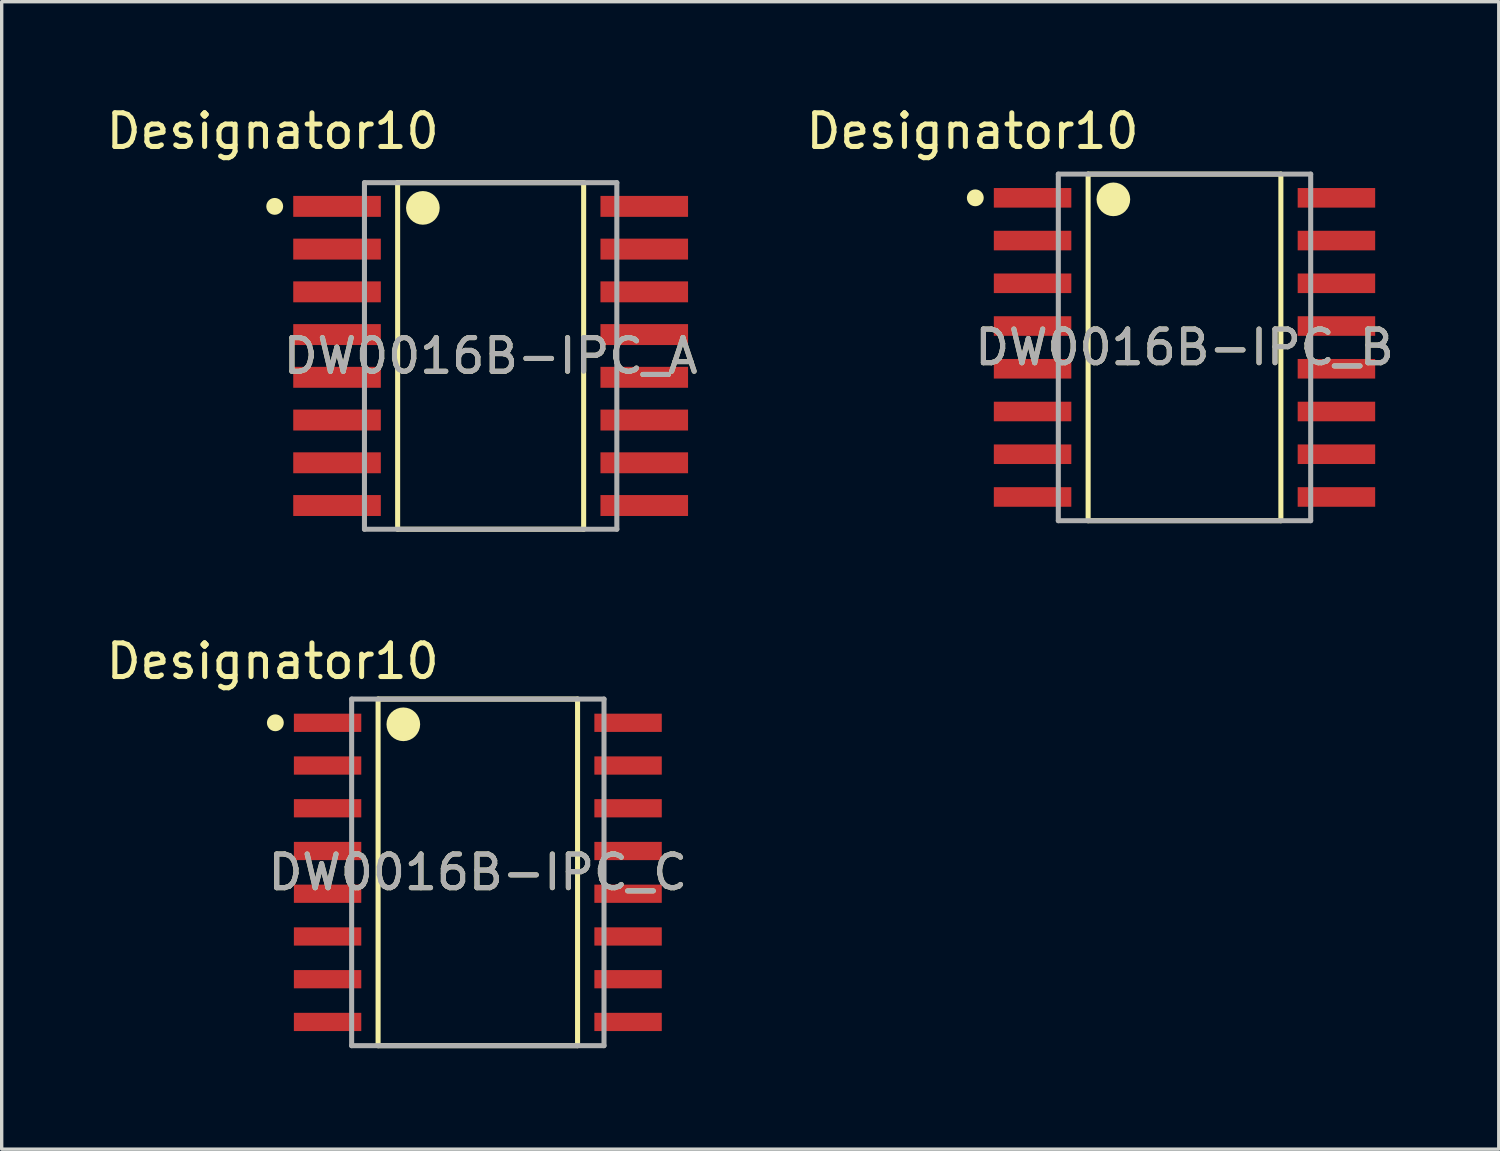
<source format=kicad_pcb>
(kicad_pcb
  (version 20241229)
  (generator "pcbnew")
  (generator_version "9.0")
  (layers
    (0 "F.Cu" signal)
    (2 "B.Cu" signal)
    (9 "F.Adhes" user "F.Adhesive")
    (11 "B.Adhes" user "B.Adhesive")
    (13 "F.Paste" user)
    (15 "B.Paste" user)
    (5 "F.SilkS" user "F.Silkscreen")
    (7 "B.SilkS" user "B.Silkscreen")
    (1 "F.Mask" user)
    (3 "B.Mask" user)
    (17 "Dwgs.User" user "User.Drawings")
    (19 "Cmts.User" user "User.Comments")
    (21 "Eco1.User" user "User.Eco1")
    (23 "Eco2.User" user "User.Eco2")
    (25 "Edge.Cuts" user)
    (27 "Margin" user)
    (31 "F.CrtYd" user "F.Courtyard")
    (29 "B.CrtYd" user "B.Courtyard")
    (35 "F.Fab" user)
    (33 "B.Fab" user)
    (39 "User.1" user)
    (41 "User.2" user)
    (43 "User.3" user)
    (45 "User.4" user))
  (footprint "DW0016B-IPC_A"
    (layer "F.Cu")
    (at 11.531 7.528)
    (property "Reference" "DW0016B-IPC_A" (at 0 0 0) (unlocked yes) (layer "F.SilkS") (effects (font (size 1 1) (thickness 0.15))))
    (attr smd)
    (fp_line (start -2.764 -5.15) (end 2.764 -5.15) (stroke (width 0.15) (type solid)) (layer "F.SilkS"))
    (fp_line (start -2.764 5.15) (end -2.764 -5.15) (stroke (width 0.15) (type solid)) (layer "F.SilkS"))
    (fp_line (start -2.764 5.15) (end 2.764 5.15) (stroke (width 0.15) (type solid)) (layer "F.SilkS"))
    (fp_line (start 2.764 5.15) (end 2.764 -5.15) (stroke (width 0.15) (type solid)) (layer "F.SilkS"))
    (fp_circle (center -6.417 -4.445) (end -6.292 -4.445) (stroke (width 0.25) (type solid)) (fill no) (layer "F.SilkS"))
    (fp_circle (center -2.014 -4.4) (end -1.764 -4.4) (stroke (width 0.5) (type solid)) (fill no) (layer "F.SilkS"))
    (fp_line (start -3.75 -5.15) (end 3.75 -5.15) (stroke (width 0.15) (type solid)) (layer "F.Fab"))
    (fp_line (start -3.75 5.15) (end -3.75 -5.15) (stroke (width 0.15) (type solid)) (layer "F.Fab"))
    (fp_line (start -3.75 5.15) (end 3.75 5.15) (stroke (width 0.15) (type solid)) (layer "F.Fab"))
    (fp_line (start 3.75 5.15) (end 3.75 -5.15) (stroke (width 0.15) (type solid)) (layer "F.Fab"))
    (fp_text user "Designator10" (at -6.477 -6.68 0) (unlocked yes) (layer "F.SilkS") (effects (font (size 1 1) (thickness 0.15))))
    (fp_text user "${REFERENCE}" (at 0 0 0) (unlocked yes) (layer "F.Fab") (effects (font (size 1 1) (thickness 0.15))))
    (pad "1" smd rect (at -4.565 -4.445) (size 2.603 0.622) (layers "F.Cu" "F.Mask" "F.Paste"))
    (pad "2" smd rect (at -4.565 -3.175) (size 2.603 0.622) (layers "F.Cu" "F.Mask" "F.Paste"))
    (pad "3" smd rect (at -4.565 -1.905) (size 2.603 0.622) (layers "F.Cu" "F.Mask" "F.Paste"))
    (pad "4" smd rect (at -4.565 -0.635) (size 2.603 0.622) (layers "F.Cu" "F.Mask" "F.Paste"))
    (pad "5" smd rect (at -4.565 0.635) (size 2.603 0.622) (layers "F.Cu" "F.Mask" "F.Paste"))
    (pad "6" smd rect (at -4.565 1.905) (size 2.603 0.622) (layers "F.Cu" "F.Mask" "F.Paste"))
    (pad "7" smd rect (at -4.565 3.175) (size 2.603 0.622) (layers "F.Cu" "F.Mask" "F.Paste"))
    (pad "8" smd rect (at -4.565 4.445) (size 2.603 0.622) (layers "F.Cu" "F.Mask" "F.Paste"))
    (pad "9" smd rect (at 4.565 4.445) (size 2.603 0.622) (layers "F.Cu" "F.Mask" "F.Paste"))
    (pad "10" smd rect (at 4.565 3.175) (size 2.603 0.622) (layers "F.Cu" "F.Mask" "F.Paste"))
    (pad "11" smd rect (at 4.565 1.905) (size 2.603 0.622) (layers "F.Cu" "F.Mask" "F.Paste"))
    (pad "12" smd rect (at 4.565 0.635) (size 2.603 0.622) (layers "F.Cu" "F.Mask" "F.Paste"))
    (pad "13" smd rect (at 4.565 -0.635) (size 2.603 0.622) (layers "F.Cu" "F.Mask" "F.Paste"))
    (pad "14" smd rect (at 4.565 -1.905) (size 2.603 0.622) (layers "F.Cu" "F.Mask" "F.Paste"))
    (pad "15" smd rect (at 4.565 -3.175) (size 2.603 0.622) (layers "F.Cu" "F.Mask" "F.Paste"))
    (pad "16" smd rect (at 4.565 -4.445) (size 2.603 0.622) (layers "F.Cu" "F.Mask" "F.Paste")))
  (footprint "DW0016B-IPC_C"
    (layer "F.Cu")
    (at 11.15 22.875)
    (property "Reference" "DW0016B-IPC_C" (at 0 0 0) (unlocked yes) (layer "F.SilkS") (effects (font (size 1 1) (thickness 0.15))))
    (attr smd)
    (fp_line (start -2.964 -5.15) (end 2.964 -5.15) (stroke (width 0.15) (type solid)) (layer "F.SilkS"))
    (fp_line (start -2.964 5.15) (end -2.964 -5.15) (stroke (width 0.15) (type solid)) (layer "F.SilkS"))
    (fp_line (start -2.964 5.15) (end 2.964 5.15) (stroke (width 0.15) (type solid)) (layer "F.SilkS"))
    (fp_line (start 2.964 5.15) (end 2.964 -5.15) (stroke (width 0.15) (type solid)) (layer "F.SilkS"))
    (fp_circle (center -6.017 -4.445) (end -5.892 -4.445) (stroke (width 0.25) (type solid)) (fill no) (layer "F.SilkS"))
    (fp_circle (center -2.214 -4.4) (end -1.964 -4.4) (stroke (width 0.5) (type solid)) (fill no) (layer "F.SilkS"))
    (fp_line (start -3.75 -5.15) (end 3.75 -5.15) (stroke (width 0.15) (type solid)) (layer "F.Fab"))
    (fp_line (start -3.75 5.15) (end -3.75 -5.15) (stroke (width 0.15) (type solid)) (layer "F.Fab"))
    (fp_line (start -3.75 5.15) (end 3.75 5.15) (stroke (width 0.15) (type solid)) (layer "F.Fab"))
    (fp_line (start 3.75 5.15) (end 3.75 -5.15) (stroke (width 0.15) (type solid)) (layer "F.Fab"))
    (fp_text user "Designator10" (at -6.096 -6.274 0) (unlocked yes) (layer "F.SilkS") (effects (font (size 1 1) (thickness 0.15))))
    (fp_text user "${REFERENCE}" (at 0 0 0) (unlocked yes) (layer "F.Fab") (effects (font (size 1 1) (thickness 0.15))))
    (pad "1" smd rect (at -4.465 -4.445) (size 2.003 0.542) (layers "F.Cu" "F.Mask" "F.Paste"))
    (pad "2" smd rect (at -4.465 -3.175) (size 2.003 0.542) (layers "F.Cu" "F.Mask" "F.Paste"))
    (pad "3" smd rect (at -4.465 -1.905) (size 2.003 0.542) (layers "F.Cu" "F.Mask" "F.Paste"))
    (pad "4" smd rect (at -4.465 -0.635) (size 2.003 0.542) (layers "F.Cu" "F.Mask" "F.Paste"))
    (pad "5" smd rect (at -4.465 0.635) (size 2.003 0.542) (layers "F.Cu" "F.Mask" "F.Paste"))
    (pad "6" smd rect (at -4.465 1.905) (size 2.003 0.542) (layers "F.Cu" "F.Mask" "F.Paste"))
    (pad "7" smd rect (at -4.465 3.175) (size 2.003 0.542) (layers "F.Cu" "F.Mask" "F.Paste"))
    (pad "8" smd rect (at -4.465 4.445) (size 2.003 0.542) (layers "F.Cu" "F.Mask" "F.Paste"))
    (pad "9" smd rect (at 4.465 4.445) (size 2.003 0.542) (layers "F.Cu" "F.Mask" "F.Paste"))
    (pad "10" smd rect (at 4.465 3.175) (size 2.003 0.542) (layers "F.Cu" "F.Mask" "F.Paste"))
    (pad "11" smd rect (at 4.465 1.905) (size 2.003 0.542) (layers "F.Cu" "F.Mask" "F.Paste"))
    (pad "12" smd rect (at 4.465 0.635) (size 2.003 0.542) (layers "F.Cu" "F.Mask" "F.Paste"))
    (pad "13" smd rect (at 4.465 -0.635) (size 2.003 0.542) (layers "F.Cu" "F.Mask" "F.Paste"))
    (pad "14" smd rect (at 4.465 -1.905) (size 2.003 0.542) (layers "F.Cu" "F.Mask" "F.Paste"))
    (pad "15" smd rect (at 4.465 -3.175) (size 2.003 0.542) (layers "F.Cu" "F.Mask" "F.Paste"))
    (pad "16" smd rect (at 4.465 -4.445) (size 2.003 0.542) (layers "F.Cu" "F.Mask" "F.Paste")))
  (footprint "DW0016B-IPC_B"
    (layer "F.Cu")
    (at 32.151 7.274)
    (property "Reference" "DW0016B-IPC_B" (at 0 0 0) (unlocked yes) (layer "F.SilkS") (effects (font (size 1 1) (thickness 0.15))))
    (attr smd)
    (fp_line (start -2.864 -5.15) (end 2.864 -5.15) (stroke (width 0.15) (type solid)) (layer "F.SilkS"))
    (fp_line (start -2.864 5.15) (end -2.864 -5.15) (stroke (width 0.15) (type solid)) (layer "F.SilkS"))
    (fp_line (start -2.864 5.15) (end 2.864 5.15) (stroke (width 0.15) (type solid)) (layer "F.SilkS"))
    (fp_line (start 2.864 5.15) (end 2.864 -5.15) (stroke (width 0.15) (type solid)) (layer "F.SilkS"))
    (fp_circle (center -6.217 -4.445) (end -6.092 -4.445) (stroke (width 0.25) (type solid)) (fill no) (layer "F.SilkS"))
    (fp_circle (center -2.114 -4.4) (end -1.864 -4.4) (stroke (width 0.5) (type solid)) (fill no) (layer "F.SilkS"))
    (fp_line (start -3.75 -5.15) (end 3.75 -5.15) (stroke (width 0.15) (type solid)) (layer "F.Fab"))
    (fp_line (start -3.75 5.15) (end -3.75 -5.15) (stroke (width 0.15) (type solid)) (layer "F.Fab"))
    (fp_line (start -3.75 5.15) (end 3.75 5.15) (stroke (width 0.15) (type solid)) (layer "F.Fab"))
    (fp_line (start 3.75 5.15) (end 3.75 -5.15) (stroke (width 0.15) (type solid)) (layer "F.Fab"))
    (fp_text user "Designator10" (at -6.299 -6.426 0) (unlocked yes) (layer "F.SilkS") (effects (font (size 1 1) (thickness 0.15))))
    (fp_text user "${REFERENCE}" (at 0 0 0) (unlocked yes) (layer "F.Fab") (effects (font (size 1 1) (thickness 0.15))))
    (pad "1" smd rect (at -4.515 -4.445) (size 2.303 0.582) (layers "F.Cu" "F.Mask" "F.Paste"))
    (pad "2" smd rect (at -4.515 -3.175) (size 2.303 0.582) (layers "F.Cu" "F.Mask" "F.Paste"))
    (pad "3" smd rect (at -4.515 -1.905) (size 2.303 0.582) (layers "F.Cu" "F.Mask" "F.Paste"))
    (pad "4" smd rect (at -4.515 -0.635) (size 2.303 0.582) (layers "F.Cu" "F.Mask" "F.Paste"))
    (pad "5" smd rect (at -4.515 0.635) (size 2.303 0.582) (layers "F.Cu" "F.Mask" "F.Paste"))
    (pad "6" smd rect (at -4.515 1.905) (size 2.303 0.582) (layers "F.Cu" "F.Mask" "F.Paste"))
    (pad "7" smd rect (at -4.515 3.175) (size 2.303 0.582) (layers "F.Cu" "F.Mask" "F.Paste"))
    (pad "8" smd rect (at -4.515 4.445) (size 2.303 0.582) (layers "F.Cu" "F.Mask" "F.Paste"))
    (pad "9" smd rect (at 4.515 4.445) (size 2.303 0.582) (layers "F.Cu" "F.Mask" "F.Paste"))
    (pad "10" smd rect (at 4.515 3.175) (size 2.303 0.582) (layers "F.Cu" "F.Mask" "F.Paste"))
    (pad "11" smd rect (at 4.515 1.905) (size 2.303 0.582) (layers "F.Cu" "F.Mask" "F.Paste"))
    (pad "12" smd rect (at 4.515 0.635) (size 2.303 0.582) (layers "F.Cu" "F.Mask" "F.Paste"))
    (pad "13" smd rect (at 4.515 -0.635) (size 2.303 0.582) (layers "F.Cu" "F.Mask" "F.Paste"))
    (pad "14" smd rect (at 4.515 -1.905) (size 2.303 0.582) (layers "F.Cu" "F.Mask" "F.Paste"))
    (pad "15" smd rect (at 4.515 -3.175) (size 2.303 0.582) (layers "F.Cu" "F.Mask" "F.Paste"))
    (pad "16" smd rect (at 4.515 -4.445) (size 2.303 0.582) (layers "F.Cu" "F.Mask" "F.Paste")))
  (gr_rect
    (start -3 -3)
    (end 41.49 31.101)
    (stroke (width 0.1) (type default))
    (fill no)
    (layer "Edge.Cuts")))
</source>
